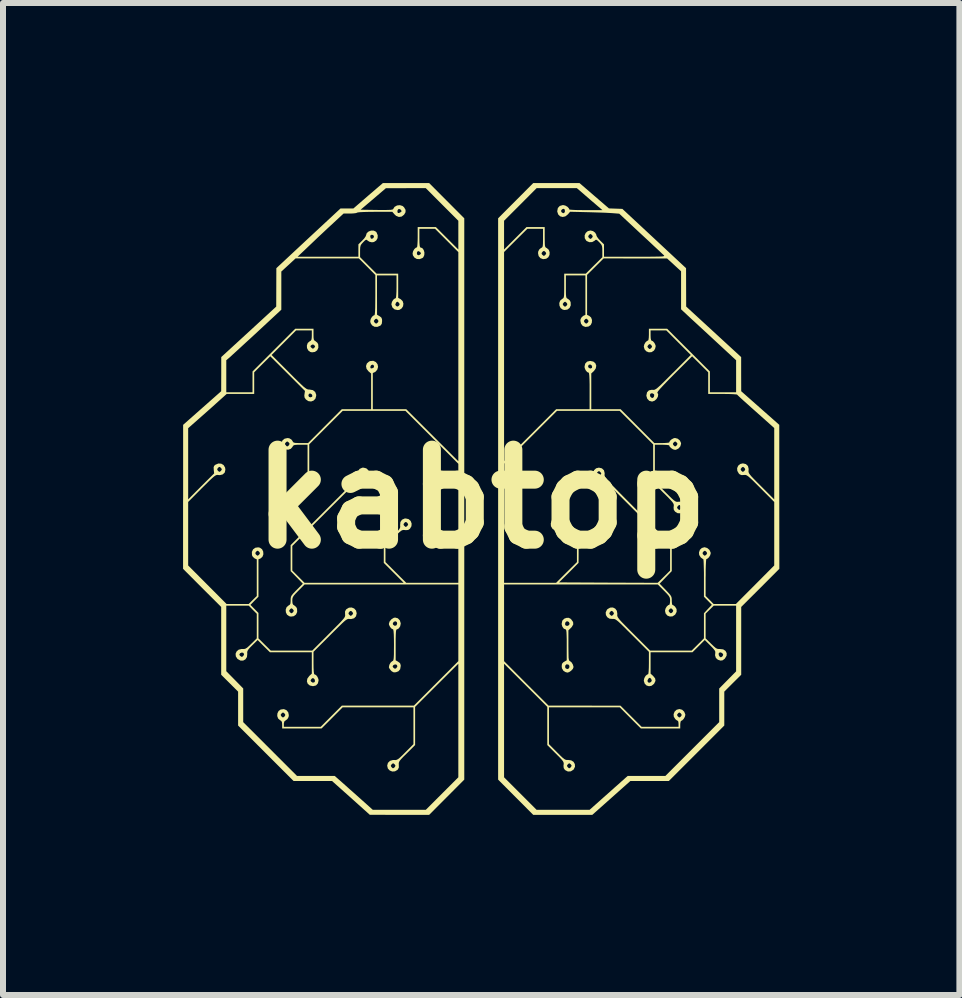
<source format=kicad_pcb>
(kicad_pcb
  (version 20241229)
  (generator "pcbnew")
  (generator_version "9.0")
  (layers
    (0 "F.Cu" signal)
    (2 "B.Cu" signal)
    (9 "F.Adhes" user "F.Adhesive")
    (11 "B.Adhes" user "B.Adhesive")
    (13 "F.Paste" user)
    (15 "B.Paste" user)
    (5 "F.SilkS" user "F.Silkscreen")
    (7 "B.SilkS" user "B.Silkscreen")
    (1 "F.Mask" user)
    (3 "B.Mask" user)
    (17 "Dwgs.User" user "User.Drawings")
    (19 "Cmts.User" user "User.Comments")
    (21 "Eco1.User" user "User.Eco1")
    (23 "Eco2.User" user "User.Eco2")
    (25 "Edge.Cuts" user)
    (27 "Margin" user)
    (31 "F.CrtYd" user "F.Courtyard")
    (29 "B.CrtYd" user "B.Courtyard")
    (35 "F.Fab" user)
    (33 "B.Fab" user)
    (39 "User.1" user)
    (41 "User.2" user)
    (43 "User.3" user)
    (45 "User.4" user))
  (footprint "kabtop"
    (layer "F.Cu")
    (at 4.967 5.263)
    (property "Reference" "kabtop" (at 0 0 0) (layer "F.SilkS") (effects (font (size 1.5 1.5) (thickness 0.3))))
    (attr board_only exclude_from_pos_files exclude_from_bom)
    (fp_poly (pts (xy 1.488 1.995) (xy 1.502 2.009) (xy 1.531 2.05) (xy 1.534 2.09) (xy 1.509 2.133) (xy 1.496 2.147) (xy 1.453 2.189) (xy 1.453 2.441) (xy 1.454 2.532) (xy 1.455 2.598) (xy 1.456 2.644) (xy 1.46 2.673) (xy 1.465 2.69) (xy 1.472 2.698) (xy 1.48 2.702) (xy 1.505 2.722) (xy 1.527 2.758) (xy 1.538 2.797) (xy 1.538 2.802) (xy 1.527 2.831) (xy 1.498 2.862) (xy 1.464 2.885) (xy 1.436 2.893) (xy 1.401 2.883) (xy 1.371 2.864) (xy 1.345 2.821) (xy 1.343 2.803) (xy 1.398 2.803) (xy 1.41 2.824) (xy 1.415 2.827) (xy 1.443 2.834) (xy 1.459 2.822) (xy 1.467 2.81) (xy 1.47 2.781) (xy 1.453 2.759) (xy 1.425 2.755) (xy 1.418 2.757) (xy 1.401 2.775) (xy 1.398 2.803) (xy 1.343 2.803) (xy 1.341 2.786) (xy 1.346 2.747) (xy 1.367 2.722) (xy 1.383 2.712) (xy 1.425 2.688) (xy 1.425 2.431) (xy 1.425 2.336) (xy 1.423 2.267) (xy 1.421 2.22) (xy 1.417 2.19) (xy 1.412 2.176) (xy 1.406 2.173) (xy 1.377 2.161) (xy 1.353 2.129) (xy 1.341 2.089) (xy 1.397 2.089) (xy 1.406 2.107) (xy 1.432 2.116) (xy 1.461 2.103) (xy 1.466 2.098) (xy 1.472 2.073) (xy 1.46 2.049) (xy 1.436 2.038) (xy 1.421 2.04) (xy 1.401 2.06) (xy 1.397 2.089) (xy 1.341 2.089) (xy 1.341 2.089) (xy 1.341 2.079) (xy 1.351 2.028) (xy 1.383 1.995) (xy 1.421 1.981) (xy 1.457 1.98)) (stroke (width 0) (type solid)) (fill yes) (layer "F.SilkS"))
    (fp_poly (pts (xy -1.389 1.988) (xy -1.356 2.022) (xy -1.341 2.069) (xy -1.341 2.079) (xy -1.35 2.122) (xy -1.373 2.156) (xy -1.403 2.173) (xy -1.409 2.173) (xy -1.415 2.182) (xy -1.42 2.21) (xy -1.423 2.259) (xy -1.425 2.332) (xy -1.425 2.431) (xy -1.425 2.688) (xy -1.383 2.712) (xy -1.352 2.736) (xy -1.341 2.769) (xy -1.341 2.784) (xy -1.35 2.837) (xy -1.379 2.871) (xy -1.421 2.887) (xy -1.457 2.889) (xy -1.488 2.873) (xy -1.502 2.86) (xy -1.526 2.83) (xy -1.538 2.805) (xy -1.538 2.802) (xy -1.535 2.788) (xy -1.476 2.788) (xy -1.468 2.805) (xy -1.46 2.814) (xy -1.437 2.829) (xy -1.417 2.821) (xy -1.4 2.797) (xy -1.397 2.785) (xy -1.408 2.763) (xy -1.433 2.756) (xy -1.46 2.766) (xy -1.463 2.769) (xy -1.476 2.788) (xy -1.535 2.788) (xy -1.53 2.763) (xy -1.509 2.726) (xy -1.483 2.703) (xy -1.48 2.702) (xy -1.47 2.697) (xy -1.464 2.687) (xy -1.459 2.667) (xy -1.456 2.634) (xy -1.454 2.584) (xy -1.454 2.513) (xy -1.453 2.433) (xy -1.454 2.335) (xy -1.456 2.258) (xy -1.46 2.205) (xy -1.465 2.177) (xy -1.468 2.173) (xy -1.493 2.161) (xy -1.518 2.133) (xy -1.535 2.098) (xy -1.538 2.081) (xy -1.538 2.08) (xy -1.474 2.08) (xy -1.465 2.098) (xy -1.439 2.114) (xy -1.413 2.106) (xy -1.4 2.08) (xy -1.406 2.051) (xy -1.427 2.038) (xy -1.453 2.045) (xy -1.463 2.055) (xy -1.474 2.08) (xy -1.538 2.08) (xy -1.526 2.041) (xy -1.495 2.004) (xy -1.456 1.98) (xy -1.433 1.976)) (stroke (width 0) (type solid)) (fill yes) (layer "F.SilkS"))
    (fp_poly (pts (xy -0.575 -4.97) (xy -0.282 -4.676) (xy -0.282 0) (xy -0.282 4.676) (xy -0.575 4.97) (xy -0.867 5.263) (xy -1.361 5.263) (xy -1.856 5.262) (xy -2.17 4.98) (xy -2.485 4.699) (xy -2.805 4.699) (xy -3.126 4.699) (xy -3.588 4.237) (xy -4.05 3.775) (xy -4.05 3.492) (xy -4.05 3.21) (xy -4.191 3.069) (xy -4.332 2.929) (xy -4.332 2.364) (xy -4.332 1.799) (xy -4.65 1.482) (xy -4.967 1.164) (xy -4.967 0.05) (xy -4.882 0.05) (xy -4.882 0.579) (xy -4.882 1.108) (xy -4.562 1.429) (xy -4.242 1.75) (xy -4.058 1.75) (xy -3.874 1.75) (xy -3.807 1.683) (xy -3.739 1.617) (xy -3.739 1.312) (xy -3.739 1.006) (xy -3.774 0.991) (xy -3.804 0.965) (xy -3.819 0.937) (xy -3.82 0.9) (xy -3.764 0.9) (xy -3.757 0.92) (xy -3.754 0.924) (xy -3.734 0.942) (xy -3.725 0.945) (xy -3.709 0.936) (xy -3.697 0.924) (xy -3.686 0.903) (xy -3.698 0.882) (xy -3.702 0.878) (xy -3.722 0.862) (xy -3.738 0.868) (xy -3.749 0.878) (xy -3.764 0.9) (xy -3.82 0.9) (xy -3.821 0.883) (xy -3.801 0.84) (xy -3.764 0.813) (xy -3.716 0.806) (xy -3.687 0.812) (xy -3.651 0.838) (xy -3.632 0.877) (xy -3.629 0.922) (xy -3.644 0.962) (xy -3.676 0.991) (xy -3.676 0.991) (xy -3.711 1.006) (xy -3.711 1.318) (xy -3.711 1.629) (xy -3.778 1.696) (xy -3.844 1.764) (xy -3.778 1.831) (xy -3.711 1.899) (xy -3.711 2.11) (xy -3.711 2.322) (xy -3.609 2.424) (xy -3.506 2.526) (xy -3.161 2.526) (xy -2.815 2.526) (xy -2.538 2.249) (xy -2.457 2.167) (xy -2.393 2.103) (xy -2.345 2.054) (xy -2.311 2.016) (xy -2.288 1.989) (xy -2.274 1.968) (xy -2.268 1.951) (xy -2.266 1.936) (xy -2.268 1.92) (xy -2.268 1.919) (xy -2.268 1.902) (xy -2.212 1.902) (xy -2.205 1.922) (xy -2.202 1.925) (xy -2.182 1.944) (xy -2.173 1.947) (xy -2.156 1.938) (xy -2.144 1.925) (xy -2.134 1.905) (xy -2.146 1.884) (xy -2.15 1.88) (xy -2.169 1.864) (xy -2.186 1.87) (xy -2.197 1.88) (xy -2.212 1.902) (xy -2.268 1.902) (xy -2.269 1.876) (xy -2.254 1.846) (xy -2.245 1.836) (xy -2.203 1.811) (xy -2.158 1.808) (xy -2.116 1.825) (xy -2.086 1.858) (xy -2.074 1.905) (xy -2.086 1.955) (xy -2.118 1.988) (xy -2.167 2.001) (xy -2.187 2) (xy -2.203 1.998) (xy -2.218 1.999) (xy -2.234 2.005) (xy -2.255 2.018) (xy -2.282 2.04) (xy -2.319 2.074) (xy -2.367 2.121) (xy -2.43 2.183) (xy -2.51 2.263) (xy -2.517 2.27) (xy -2.794 2.547) (xy -2.794 2.734) (xy -2.793 2.814) (xy -2.79 2.873) (xy -2.785 2.91) (xy -2.78 2.921) (xy -2.753 2.933) (xy -2.728 2.963) (xy -2.712 3.002) (xy -2.709 3.022) (xy -2.721 3.073) (xy -2.752 3.107) (xy -2.802 3.119) (xy -2.803 3.119) (xy -2.855 3.108) (xy -2.89 3.079) (xy -2.904 3.04) (xy -2.901 3.022) (xy -2.843 3.022) (xy -2.835 3.042) (xy -2.808 3.06) (xy -2.782 3.056) (xy -2.77 3.04) (xy -2.772 3.013) (xy -2.783 2.997) (xy -2.802 2.983) (xy -2.819 2.991) (xy -2.828 2.999) (xy -2.843 3.022) (xy -2.901 3.022) (xy -2.897 2.994) (xy -2.865 2.95) (xy -2.865 2.949) (xy -2.822 2.91) (xy -2.822 2.732) (xy -2.822 2.554) (xy -3.171 2.554) (xy -3.52 2.554) (xy -3.623 2.452) (xy -3.725 2.35) (xy -3.814 2.438) (xy -3.857 2.481) (xy -3.882 2.512) (xy -3.895 2.535) (xy -3.899 2.559) (xy -3.897 2.581) (xy -3.903 2.634) (xy -3.928 2.672) (xy -3.966 2.693) (xy -4.01 2.693) (xy -4.055 2.668) (xy -4.06 2.665) (xy -4.088 2.623) (xy -4.091 2.59) (xy -4.03 2.59) (xy -4.022 2.608) (xy -4.014 2.616) (xy -3.991 2.631) (xy -3.971 2.623) (xy -3.954 2.599) (xy -3.951 2.587) (xy -3.962 2.565) (xy -3.987 2.558) (xy -4.014 2.569) (xy -4.017 2.571) (xy -4.03 2.59) (xy -4.091 2.59) (xy -4.092 2.579) (xy -4.075 2.54) (xy -4.041 2.511) (xy -3.992 2.499) (xy -3.978 2.5) (xy -3.95 2.5) (xy -3.927 2.494) (xy -3.901 2.478) (xy -3.867 2.448) (xy -3.831 2.413) (xy -3.739 2.322) (xy -3.739 2.118) (xy -3.739 1.913) (xy -3.806 1.846) (xy -3.872 1.778) (xy -4.06 1.778) (xy -4.247 1.778) (xy -4.247 2.324) (xy -4.247 2.87) (xy -4.106 3.013) (xy -3.965 3.157) (xy -3.965 3.437) (xy -3.965 3.718) (xy -3.517 4.166) (xy -3.069 4.614) (xy -2.755 4.614) (xy -2.441 4.614) (xy -2.317 4.723) (xy -2.264 4.77) (xy -2.196 4.831) (xy -2.121 4.897) (xy -2.045 4.965) (xy -2 5.005) (xy -1.806 5.179) (xy -1.364 5.179) (xy -0.923 5.179) (xy -0.652 4.908) (xy -0.381 4.637) (xy -0.381 3.691) (xy -0.381 2.745) (xy -0.741 3.104) (xy -1.101 3.464) (xy -1.101 3.782) (xy -1.101 4.1) (xy -1.24 4.239) (xy -1.296 4.294) (xy -1.334 4.334) (xy -1.358 4.363) (xy -1.37 4.385) (xy -1.374 4.404) (xy -1.373 4.425) (xy -1.373 4.431) (xy -1.372 4.474) (xy -1.387 4.504) (xy -1.395 4.514) (xy -1.437 4.538) (xy -1.482 4.541) (xy -1.524 4.524) (xy -1.555 4.491) (xy -1.566 4.445) (xy -1.566 4.442) (xy -1.506 4.442) (xy -1.499 4.462) (xy -1.496 4.465) (xy -1.477 4.484) (xy -1.468 4.487) (xy -1.451 4.478) (xy -1.439 4.465) (xy -1.428 4.445) (xy -1.44 4.424) (xy -1.444 4.42) (xy -1.464 4.404) (xy -1.48 4.41) (xy -1.491 4.42) (xy -1.506 4.442) (xy -1.566 4.442) (xy -1.554 4.397) (xy -1.521 4.364) (xy -1.471 4.349) (xy -1.449 4.349) (xy -1.426 4.35) (xy -1.406 4.345) (xy -1.384 4.333) (xy -1.355 4.31) (xy -1.316 4.273) (xy -1.262 4.219) (xy -1.129 4.085) (xy -1.129 3.778) (xy -1.129 3.471) (xy -1.718 3.471) (xy -2.308 3.471) (xy -2.484 3.648) (xy -2.66 3.824) (xy -2.988 3.824) (xy -3.316 3.824) (xy -3.316 3.763) (xy -3.319 3.722) (xy -3.33 3.699) (xy -3.351 3.686) (xy -3.383 3.658) (xy -3.398 3.617) (xy -3.397 3.595) (xy -3.341 3.595) (xy -3.334 3.615) (xy -3.331 3.619) (xy -3.311 3.637) (xy -3.302 3.641) (xy -3.285 3.631) (xy -3.273 3.619) (xy -3.263 3.598) (xy -3.275 3.577) (xy -3.279 3.573) (xy -3.298 3.558) (xy -3.315 3.563) (xy -3.325 3.573) (xy -3.341 3.595) (xy -3.397 3.595) (xy -3.395 3.572) (xy -3.376 3.533) (xy -3.341 3.508) (xy -3.341 3.508) (xy -3.288 3.501) (xy -3.245 3.518) (xy -3.215 3.554) (xy -3.205 3.602) (xy -3.209 3.632) (xy -3.228 3.666) (xy -3.253 3.686) (xy -3.279 3.705) (xy -3.288 3.738) (xy -3.288 3.749) (xy -3.288 3.796) (xy -2.981 3.796) (xy -2.674 3.796) (xy -2.498 3.619) (xy -2.322 3.443) (xy -1.722 3.443) (xy -1.122 3.443) (xy -0.752 3.073) (xy -0.381 2.702) (xy -0.381 2.064) (xy -0.381 1.425) (xy -1.662 1.425) (xy -2.943 1.425) (xy -3.045 1.528) (xy -3.091 1.575) (xy -3.121 1.609) (xy -3.137 1.635) (xy -3.145 1.659) (xy -3.147 1.688) (xy -3.147 1.695) (xy -3.144 1.737) (xy -3.134 1.76) (xy -3.113 1.775) (xy -3.112 1.775) (xy -3.082 1.801) (xy -3.068 1.829) (xy -3.066 1.883) (xy -3.086 1.926) (xy -3.122 1.953) (xy -3.171 1.96) (xy -3.199 1.953) (xy -3.235 1.928) (xy -3.254 1.889) (xy -3.256 1.86) (xy -3.2 1.86) (xy -3.193 1.879) (xy -3.19 1.883) (xy -3.17 1.901) (xy -3.161 1.905) (xy -3.144 1.895) (xy -3.132 1.883) (xy -3.122 1.862) (xy -3.134 1.842) (xy -3.137 1.838) (xy -3.157 1.822) (xy -3.174 1.828) (xy -3.184 1.838) (xy -3.2 1.86) (xy -3.256 1.86) (xy -3.257 1.844) (xy -3.242 1.803) (xy -3.21 1.775) (xy -3.21 1.775) (xy -3.189 1.762) (xy -3.178 1.741) (xy -3.175 1.704) (xy -3.175 1.688) (xy -3.174 1.655) (xy -3.169 1.629) (xy -3.156 1.604) (xy -3.132 1.575) (xy -3.093 1.534) (xy -3.073 1.514) (xy -2.972 1.412) (xy -3.073 1.307) (xy -3.175 1.202) (xy -3.175 0.986) (xy -3.175 0.769) (xy -2.612 0.206) (xy -2.049 -0.357) (xy -2.056 -0.409) (xy -2.055 -0.426) (xy -2 -0.426) (xy -1.993 -0.407) (xy -1.99 -0.403) (xy -1.971 -0.385) (xy -1.961 -0.381) (xy -1.945 -0.391) (xy -1.933 -0.403) (xy -1.922 -0.424) (xy -1.934 -0.444) (xy -1.938 -0.448) (xy -1.958 -0.464) (xy -1.974 -0.458) (xy -1.985 -0.448) (xy -2 -0.426) (xy -2.055 -0.426) (xy -2.052 -0.462) (xy -2.026 -0.501) (xy -1.981 -0.521) (xy -1.961 -0.522) (xy -1.914 -0.51) (xy -1.881 -0.48) (xy -1.864 -0.438) (xy -1.867 -0.393) (xy -1.893 -0.351) (xy -1.922 -0.331) (xy -1.96 -0.327) (xy -1.975 -0.328) (xy -2.028 -0.335) (xy -2.588 0.224) (xy -3.147 0.783) (xy -3.147 0.988) (xy -3.147 1.192) (xy -3.045 1.294) (xy -2.943 1.397) (xy -2.117 1.397) (xy -1.292 1.397) (xy -1.457 1.231) (xy -1.623 1.065) (xy -1.623 0.917) (xy -1.623 0.769) (xy -1.483 0.63) (xy -1.428 0.574) (xy -1.39 0.534) (xy -1.366 0.505) (xy -1.353 0.483) (xy -1.349 0.464) (xy -1.35 0.444) (xy -1.351 0.437) (xy -1.349 0.42) (xy -1.295 0.42) (xy -1.288 0.44) (xy -1.285 0.444) (xy -1.265 0.462) (xy -1.256 0.466) (xy -1.239 0.456) (xy -1.227 0.444) (xy -1.217 0.423) (xy -1.229 0.402) (xy -1.232 0.398) (xy -1.252 0.383) (xy -1.269 0.388) (xy -1.279 0.398) (xy -1.295 0.42) (xy -1.349 0.42) (xy -1.346 0.384) (xy -1.32 0.346) (xy -1.276 0.326) (xy -1.256 0.325) (xy -1.209 0.336) (xy -1.175 0.367) (xy -1.159 0.409) (xy -1.162 0.454) (xy -1.187 0.496) (xy -1.216 0.516) (xy -1.254 0.52) (xy -1.27 0.518) (xy -1.292 0.516) (xy -1.311 0.519) (xy -1.332 0.529) (xy -1.359 0.55) (xy -1.396 0.585) (xy -1.448 0.637) (xy -1.459 0.647) (xy -1.595 0.784) (xy -1.595 0.917) (xy -1.595 1.051) (xy -1.422 1.224) (xy -1.249 1.397) (xy -0.815 1.397) (xy -0.381 1.397) (xy -0.381 0.406) (xy -0.381 -0.586) (xy -0.822 -1.027) (xy -1.263 -1.468) (xy -1.785 -1.468) (xy -2.307 -1.468) (xy -2.586 -1.189) (xy -2.865 -0.91) (xy -2.865 -0.593) (xy -2.865 -0.275) (xy -3.039 -0.1) (xy -3.102 -0.037) (xy -3.148 0.009) (xy -3.179 0.043) (xy -3.197 0.068) (xy -3.207 0.088) (xy -3.209 0.106) (xy -3.207 0.125) (xy -3.207 0.127) (xy -3.211 0.18) (xy -3.238 0.219) (xy -3.282 0.238) (xy -3.302 0.24) (xy -3.349 0.228) (xy -3.382 0.198) (xy -3.399 0.156) (xy -3.398 0.138) (xy -3.341 0.138) (xy -3.334 0.158) (xy -3.331 0.162) (xy -3.311 0.18) (xy -3.302 0.183) (xy -3.285 0.174) (xy -3.273 0.162) (xy -3.263 0.141) (xy -3.275 0.12) (xy -3.279 0.116) (xy -3.298 0.1) (xy -3.315 0.106) (xy -3.325 0.116) (xy -3.341 0.138) (xy -3.398 0.138) (xy -3.396 0.11) (xy -3.371 0.069) (xy -3.341 0.048) (xy -3.304 0.044) (xy -3.288 0.046) (xy -3.268 0.048) (xy -3.25 0.046) (xy -3.231 0.037) (xy -3.206 0.019) (xy -3.173 -0.011) (xy -3.127 -0.055) (xy -3.065 -0.117) (xy -3.064 -0.118) (xy -2.893 -0.29) (xy -2.893 -0.596) (xy -2.893 -0.903) (xy -3.01 -0.903) (xy -3.068 -0.903) (xy -3.105 -0.9) (xy -3.125 -0.893) (xy -3.137 -0.881) (xy -3.144 -0.868) (xy -3.172 -0.836) (xy -3.213 -0.821) (xy -3.257 -0.824) (xy -3.297 -0.843) (xy -3.322 -0.879) (xy -3.322 -0.879) (xy -3.327 -0.92) (xy -3.27 -0.92) (xy -3.263 -0.9) (xy -3.26 -0.897) (xy -3.241 -0.879) (xy -3.231 -0.875) (xy -3.215 -0.884) (xy -3.203 -0.897) (xy -3.192 -0.918) (xy -3.204 -0.938) (xy -3.208 -0.942) (xy -3.228 -0.958) (xy -3.244 -0.952) (xy -3.255 -0.942) (xy -3.27 -0.92) (xy -3.327 -0.92) (xy -3.328 -0.931) (xy -3.311 -0.975) (xy -3.276 -1.004) (xy -3.227 -1.015) (xy -3.198 -1.011) (xy -3.163 -0.991) (xy -3.144 -0.966) (xy -3.135 -0.949) (xy -3.121 -0.939) (xy -3.097 -0.934) (xy -3.056 -0.932) (xy -3.007 -0.931) (xy -2.885 -0.931) (xy -2.603 -1.214) (xy -2.322 -1.496) (xy -2.078 -1.496) (xy -1.834 -1.496) (xy -1.834 -1.793) (xy -1.834 -2.09) (xy -1.877 -2.126) (xy -1.91 -2.168) (xy -1.917 -2.204) (xy -1.846 -2.204) (xy -1.845 -2.18) (xy -1.827 -2.175) (xy -1.818 -2.176) (xy -1.791 -2.189) (xy -1.785 -2.208) (xy -1.794 -2.232) (xy -1.814 -2.238) (xy -1.835 -2.227) (xy -1.846 -2.204) (xy -1.917 -2.204) (xy -1.919 -2.214) (xy -1.905 -2.257) (xy -1.869 -2.289) (xy -1.851 -2.297) (xy -1.799 -2.302) (xy -1.755 -2.281) (xy -1.727 -2.245) (xy -1.718 -2.201) (xy -1.731 -2.155) (xy -1.761 -2.12) (xy -1.773 -2.113) (xy -1.806 -2.098) (xy -1.806 -1.797) (xy -1.806 -1.496) (xy -1.528 -1.496) (xy -1.249 -1.496) (xy -0.815 -1.062) (xy -0.381 -0.628) (xy -0.381 -2.371) (xy -0.381 -4.113) (xy -0.575 -4.307) (xy -0.769 -4.501) (xy -0.899 -4.501) (xy -1.03 -4.501) (xy -1.03 -4.346) (xy -1.029 -4.271) (xy -1.025 -4.221) (xy -1.019 -4.196) (xy -1.014 -4.191) (xy -0.981 -4.179) (xy -0.958 -4.148) (xy -0.946 -4.107) (xy -0.948 -4.064) (xy -0.964 -4.028) (xy -0.977 -4.015) (xy -1.025 -3.996) (xy -1.072 -3.998) (xy -1.112 -4.021) (xy -1.138 -4.059) (xy -1.143 -4.092) (xy -1.143 -4.093) (xy -1.072 -4.093) (xy -1.063 -4.066) (xy -1.04 -4.06) (xy -1.017 -4.073) (xy -1.003 -4.091) (xy -1.012 -4.108) (xy -1.019 -4.115) (xy -1.046 -4.13) (xy -1.066 -4.119) (xy -1.072 -4.093) (xy -1.143 -4.093) (xy -1.134 -4.129) (xy -1.113 -4.164) (xy -1.087 -4.187) (xy -1.072 -4.191) (xy -1.066 -4.205) (xy -1.062 -4.243) (xy -1.059 -4.303) (xy -1.058 -4.36) (xy -1.058 -4.53) (xy -0.907 -4.53) (xy -0.755 -4.53) (xy -0.568 -4.343) (xy -0.381 -4.156) (xy -0.381 -4.396) (xy -0.381 -4.635) (xy -0.653 -4.907) (xy -0.924 -5.179) (xy -1.256 -5.178) (xy -1.587 -5.178) (xy -1.798 -4.998) (xy -2.009 -4.819) (xy -1.742 -4.815) (xy -1.639 -4.814) (xy -1.563 -4.815) (xy -1.51 -4.817) (xy -1.48 -4.822) (xy -1.469 -4.827) (xy -1.443 -4.867) (xy -1.402 -4.89) (xy -1.354 -4.895) (xy -1.309 -4.881) (xy -1.285 -4.859) (xy -1.26 -4.816) (xy -1.261 -4.777) (xy -1.285 -4.736) (xy -1.325 -4.705) (xy -1.371 -4.698) (xy -1.418 -4.717) (xy -1.444 -4.741) (xy -1.48 -4.783) (xy -1.396 -4.783) (xy -1.388 -4.765) (xy -1.371 -4.764) (xy -1.346 -4.775) (xy -1.328 -4.79) (xy -1.326 -4.795) (xy -1.338 -4.818) (xy -1.363 -4.831) (xy -1.378 -4.83) (xy -1.393 -4.812) (xy -1.396 -4.783) (xy -1.48 -4.783) (xy -1.48 -4.784) (xy -1.769 -4.784) (xy -1.871 -4.783) (xy -1.954 -4.781) (xy -2.017 -4.778) (xy -2.055 -4.774) (xy -2.067 -4.77) (xy -2.085 -4.763) (xy -2.123 -4.758) (xy -2.174 -4.755) (xy -2.185 -4.755) (xy -2.293 -4.755) (xy -2.455 -4.605) (xy -2.509 -4.555) (xy -2.559 -4.509) (xy -2.608 -4.463) (xy -2.659 -4.415) (xy -2.717 -4.361) (xy -2.784 -4.297) (xy -2.865 -4.22) (xy -2.951 -4.138) (xy -3.059 -4.036) (xy -2.553 -4.036) (xy -2.046 -4.036) (xy -2.046 -4.139) (xy -2.046 -4.242) (xy -1.983 -4.304) (xy -1.949 -4.34) (xy -1.926 -4.373) (xy -1.925 -4.377) (xy -1.849 -4.377) (xy -1.841 -4.344) (xy -1.822 -4.333) (xy -1.796 -4.348) (xy -1.786 -4.373) (xy -1.798 -4.395) (xy -1.822 -4.403) (xy -1.845 -4.392) (xy -1.849 -4.377) (xy -1.925 -4.377) (xy -1.919 -4.391) (xy -1.907 -4.429) (xy -1.876 -4.456) (xy -1.835 -4.471) (xy -1.791 -4.471) (xy -1.755 -4.454) (xy -1.744 -4.442) (xy -1.724 -4.394) (xy -1.726 -4.346) (xy -1.749 -4.306) (xy -1.787 -4.281) (xy -1.82 -4.276) (xy -1.861 -4.285) (xy -1.889 -4.302) (xy -1.906 -4.317) (xy -1.92 -4.318) (xy -1.94 -4.304) (xy -1.967 -4.277) (xy -1.994 -4.248) (xy -2.009 -4.222) (xy -2.016 -4.191) (xy -2.018 -4.145) (xy -2.018 -4.127) (xy -2.018 -4.029) (xy -1.881 -3.891) (xy -1.743 -3.754) (xy -1.563 -3.754) (xy -1.383 -3.754) (xy -1.383 -3.552) (xy -1.383 -3.351) (xy -1.34 -3.327) (xy -1.308 -3.295) (xy -1.296 -3.254) (xy -1.302 -3.211) (xy -1.325 -3.175) (xy -1.362 -3.151) (xy -1.391 -3.147) (xy -1.443 -3.158) (xy -1.479 -3.19) (xy -1.495 -3.237) (xy -1.496 -3.241) (xy -1.431 -3.241) (xy -1.423 -3.222) (xy -1.401 -3.205) (xy -1.379 -3.213) (xy -1.368 -3.225) (xy -1.358 -3.246) (xy -1.37 -3.266) (xy -1.374 -3.271) (xy -1.394 -3.287) (xy -1.409 -3.281) (xy -1.419 -3.268) (xy -1.431 -3.241) (xy -1.496 -3.241) (xy -1.496 -3.246) (xy -1.487 -3.283) (xy -1.466 -3.318) (xy -1.439 -3.34) (xy -1.425 -3.344) (xy -1.419 -3.358) (xy -1.415 -3.397) (xy -1.412 -3.459) (xy -1.411 -3.535) (xy -1.411 -3.725) (xy -1.573 -3.725) (xy -1.736 -3.725) (xy -1.736 -3.397) (xy -1.735 -3.069) (xy -1.693 -3.045) (xy -1.665 -3.024) (xy -1.653 -2.997) (xy -1.651 -2.965) (xy -1.656 -2.92) (xy -1.675 -2.892) (xy -1.682 -2.887) (xy -1.73 -2.867) (xy -1.778 -2.869) (xy -1.818 -2.892) (xy -1.843 -2.93) (xy -1.849 -2.963) (xy -1.848 -2.966) (xy -1.789 -2.966) (xy -1.782 -2.947) (xy -1.779 -2.943) (xy -1.759 -2.925) (xy -1.75 -2.921) (xy -1.733 -2.931) (xy -1.721 -2.943) (xy -1.711 -2.964) (xy -1.722 -2.984) (xy -1.726 -2.988) (xy -1.746 -3.004) (xy -1.762 -2.998) (xy -1.773 -2.988) (xy -1.789 -2.966) (xy -1.848 -2.966) (xy -1.84 -3) (xy -1.819 -3.035) (xy -1.792 -3.058) (xy -1.778 -3.062) (xy -1.773 -3.076) (xy -1.769 -3.117) (xy -1.766 -3.183) (xy -1.765 -3.274) (xy -1.764 -3.388) (xy -1.764 -3.397) (xy -1.764 -3.732) (xy -1.901 -3.87) (xy -2.039 -4.008) (xy -2.565 -4.008) (xy -3.092 -4.008) (xy -3.211 -3.898) (xy -3.33 -3.789) (xy -3.33 -3.471) (xy -3.33 -3.153) (xy -3.748 -2.765) (xy -3.841 -2.679) (xy -3.929 -2.599) (xy -4.009 -2.525) (xy -4.079 -2.461) (xy -4.136 -2.409) (xy -4.178 -2.37) (xy -4.203 -2.348) (xy -4.207 -2.345) (xy -4.247 -2.312) (xy -4.247 -2.045) (xy -4.247 -1.778) (xy -4.029 -1.778) (xy -3.81 -1.778) (xy -3.81 -1.951) (xy -3.81 -2.124) (xy -3.454 -2.48) (xy -3.098 -2.836) (xy -2.946 -2.836) (xy -2.794 -2.836) (xy -2.794 -2.74) (xy -2.793 -2.688) (xy -2.789 -2.657) (xy -2.779 -2.64) (xy -2.762 -2.629) (xy -2.759 -2.627) (xy -2.729 -2.602) (xy -2.715 -2.574) (xy -2.713 -2.52) (xy -2.733 -2.477) (xy -2.77 -2.45) (xy -2.818 -2.443) (xy -2.847 -2.449) (xy -2.882 -2.475) (xy -2.902 -2.514) (xy -2.904 -2.548) (xy -2.845 -2.548) (xy -2.841 -2.534) (xy -2.829 -2.52) (xy -2.808 -2.504) (xy -2.792 -2.509) (xy -2.782 -2.518) (xy -2.767 -2.538) (xy -2.775 -2.555) (xy -2.781 -2.561) (xy -2.802 -2.575) (xy -2.824 -2.567) (xy -2.828 -2.564) (xy -2.845 -2.548) (xy -2.904 -2.548) (xy -2.904 -2.558) (xy -2.89 -2.599) (xy -2.857 -2.627) (xy -2.857 -2.627) (xy -2.837 -2.639) (xy -2.827 -2.658) (xy -2.823 -2.691) (xy -2.822 -2.726) (xy -2.822 -2.808) (xy -2.953 -2.808) (xy -3.084 -2.808) (xy -3.288 -2.603) (xy -3.492 -2.399) (xy -3.204 -2.111) (xy -3.121 -2.027) (xy -3.054 -1.961) (xy -3.003 -1.912) (xy -2.964 -1.875) (xy -2.934 -1.851) (xy -2.911 -1.835) (xy -2.893 -1.827) (xy -2.877 -1.823) (xy -2.861 -1.823) (xy -2.804 -1.813) (xy -2.766 -1.783) (xy -2.749 -1.737) (xy -2.749 -1.719) (xy -2.762 -1.671) (xy -2.793 -1.639) (xy -2.834 -1.624) (xy -2.88 -1.63) (xy -2.92 -1.657) (xy -2.942 -1.688) (xy -2.947 -1.721) (xy -2.879 -1.721) (xy -2.868 -1.7) (xy -2.844 -1.693) (xy -2.82 -1.702) (xy -2.814 -1.709) (xy -2.815 -1.73) (xy -2.826 -1.746) (xy -2.852 -1.759) (xy -2.872 -1.748) (xy -2.879 -1.721) (xy -2.947 -1.721) (xy -2.947 -1.721) (xy -2.944 -1.746) (xy -2.936 -1.8) (xy -3.225 -2.089) (xy -3.514 -2.377) (xy -3.648 -2.244) (xy -3.782 -2.11) (xy -3.782 -1.93) (xy -3.782 -1.75) (xy -4.011 -1.75) (xy -4.24 -1.75) (xy -4.425 -1.584) (xy -4.498 -1.518) (xy -4.577 -1.448) (xy -4.654 -1.38) (xy -4.721 -1.321) (xy -4.746 -1.299) (xy -4.882 -1.179) (xy -4.882 -0.586) (xy -4.882 0.007) (xy -4.666 -0.21) (xy -4.449 -0.426) (xy -4.456 -0.486) (xy -4.456 -0.497) (xy -4.399 -0.497) (xy -4.392 -0.477) (xy -4.389 -0.473) (xy -4.369 -0.455) (xy -4.36 -0.452) (xy -4.344 -0.461) (xy -4.332 -0.473) (xy -4.321 -0.494) (xy -4.333 -0.515) (xy -4.337 -0.519) (xy -4.357 -0.535) (xy -4.373 -0.529) (xy -4.384 -0.519) (xy -4.399 -0.497) (xy -4.456 -0.497) (xy -4.458 -0.527) (xy -4.449 -0.552) (xy -4.429 -0.57) (xy -4.379 -0.591) (xy -4.331 -0.588) (xy -4.292 -0.565) (xy -4.267 -0.523) (xy -4.262 -0.487) (xy -4.273 -0.44) (xy -4.306 -0.409) (xy -4.354 -0.397) (xy -4.38 -0.399) (xy -4.396 -0.401) (xy -4.411 -0.398) (xy -4.429 -0.39) (xy -4.453 -0.373) (xy -4.485 -0.345) (xy -4.529 -0.304) (xy -4.586 -0.247) (xy -4.655 -0.179) (xy -4.882 0.05) (xy -4.967 0.05) (xy -4.966 -0.035) (xy -4.966 -1.235) (xy -4.649 -1.515) (xy -4.332 -1.795) (xy -4.331 -2.079) (xy -4.331 -2.364) (xy -3.873 -2.784) (xy -3.415 -3.205) (xy -3.414 -3.525) (xy -3.413 -3.845) (xy -2.879 -4.343) (xy -2.344 -4.84) (xy -2.237 -4.84) (xy -2.129 -4.84) (xy -1.884 -5.052) (xy -1.638 -5.263) (xy -1.253 -5.263) (xy -0.867 -5.263)) (stroke (width 0) (type solid)) (fill yes) (layer "F.SilkS"))
    (fp_poly (pts (xy 1.883 -5.052) (xy 2.128 -4.841) (xy 2.24 -4.837) (xy 2.352 -4.833) (xy 2.883 -4.339) (xy 3.413 -3.845) (xy 3.414 -3.526) (xy 3.415 -3.206) (xy 3.873 -2.785) (xy 4.331 -2.364) (xy 4.331 -2.079) (xy 4.332 -1.795) (xy 4.649 -1.515) (xy 4.966 -1.235) (xy 4.966 -0.035) (xy 4.967 1.164) (xy 4.65 1.482) (xy 4.332 1.799) (xy 4.332 2.364) (xy 4.332 2.929) (xy 4.191 3.069) (xy 4.05 3.21) (xy 4.05 3.492) (xy 4.05 3.775) (xy 3.588 4.237) (xy 3.126 4.699) (xy 2.805 4.699) (xy 2.485 4.699) (xy 2.168 4.981) (xy 1.851 5.263) (xy 1.359 5.263) (xy 0.867 5.263) (xy 0.575 4.97) (xy 0.282 4.676) (xy 0.282 4.637) (xy 0.381 4.637) (xy 0.652 4.908) (xy 0.923 5.179) (xy 1.364 5.179) (xy 1.806 5.179) (xy 2.071 4.943) (xy 2.147 4.876) (xy 2.218 4.812) (xy 2.283 4.755) (xy 2.335 4.708) (xy 2.373 4.675) (xy 2.388 4.661) (xy 2.441 4.614) (xy 2.755 4.614) (xy 3.069 4.614) (xy 3.517 4.166) (xy 3.965 3.718) (xy 3.965 3.438) (xy 3.965 3.158) (xy 4.106 3.015) (xy 4.247 2.872) (xy 4.247 2.325) (xy 4.247 1.778) (xy 4.061 1.778) (xy 3.874 1.778) (xy 3.807 1.844) (xy 3.739 1.911) (xy 3.739 2.117) (xy 3.739 2.322) (xy 3.831 2.413) (xy 3.876 2.456) (xy 3.907 2.483) (xy 3.932 2.496) (xy 3.956 2.5) (xy 3.978 2.5) (xy 4.032 2.506) (xy 4.07 2.531) (xy 4.09 2.569) (xy 4.088 2.612) (xy 4.061 2.657) (xy 4.058 2.661) (xy 4.023 2.688) (xy 3.988 2.693) (xy 3.944 2.679) (xy 3.91 2.649) (xy 3.896 2.604) (xy 3.899 2.575) (xy 3.956 2.575) (xy 3.958 2.601) (xy 3.973 2.627) (xy 3.993 2.639) (xy 3.993 2.639) (xy 4.01 2.629) (xy 4.022 2.618) (xy 4.032 2.595) (xy 4.022 2.575) (xy 3.994 2.556) (xy 3.969 2.559) (xy 3.956 2.575) (xy 3.899 2.575) (xy 3.9 2.564) (xy 3.9 2.544) (xy 3.889 2.521) (xy 3.863 2.489) (xy 3.819 2.443) (xy 3.817 2.441) (xy 3.725 2.35) (xy 3.623 2.452) (xy 3.52 2.554) (xy 3.171 2.554) (xy 2.822 2.554) (xy 2.822 2.732) (xy 2.822 2.91) (xy 2.865 2.949) (xy 2.898 2.99) (xy 2.904 3.03) (xy 2.884 3.072) (xy 2.878 3.081) (xy 2.839 3.112) (xy 2.796 3.12) (xy 2.755 3.108) (xy 2.724 3.077) (xy 2.71 3.032) (xy 2.709 3.025) (xy 2.71 3.021) (xy 2.771 3.021) (xy 2.774 3.047) (xy 2.793 3.062) (xy 2.799 3.062) (xy 2.825 3.052) (xy 2.834 3.043) (xy 2.842 3.021) (xy 2.83 2.997) (xy 2.813 2.979) (xy 2.797 2.983) (xy 2.786 2.994) (xy 2.771 3.021) (xy 2.71 3.021) (xy 2.718 2.984) (xy 2.739 2.948) (xy 2.765 2.925) (xy 2.78 2.921) (xy 2.786 2.907) (xy 2.79 2.868) (xy 2.793 2.807) (xy 2.794 2.734) (xy 2.794 2.547) (xy 2.517 2.27) (xy 2.435 2.189) (xy 2.371 2.125) (xy 2.322 2.077) (xy 2.284 2.042) (xy 2.256 2.02) (xy 2.235 2.006) (xy 2.219 2) (xy 2.204 1.998) (xy 2.189 1.999) (xy 2.139 1.995) (xy 2.101 1.971) (xy 2.078 1.934) (xy 2.075 1.902) (xy 2.134 1.902) (xy 2.141 1.922) (xy 2.144 1.925) (xy 2.164 1.944) (xy 2.173 1.947) (xy 2.19 1.938) (xy 2.202 1.925) (xy 2.212 1.905) (xy 2.2 1.884) (xy 2.197 1.88) (xy 2.177 1.864) (xy 2.16 1.87) (xy 2.15 1.88) (xy 2.134 1.902) (xy 2.075 1.902) (xy 2.074 1.891) (xy 2.093 1.849) (xy 2.105 1.835) (xy 2.149 1.81) (xy 2.194 1.808) (xy 2.233 1.827) (xy 2.26 1.863) (xy 2.268 1.912) (xy 2.268 1.921) (xy 2.266 1.936) (xy 2.268 1.951) (xy 2.275 1.968) (xy 2.289 1.989) (xy 2.312 2.018) (xy 2.347 2.056) (xy 2.396 2.106) (xy 2.46 2.171) (xy 2.538 2.249) (xy 2.815 2.526) (xy 3.161 2.526) (xy 3.506 2.526) (xy 3.609 2.424) (xy 3.711 2.322) (xy 3.711 2.113) (xy 3.711 1.904) (xy 3.777 1.833) (xy 3.843 1.763) (xy 3.777 1.696) (xy 3.711 1.629) (xy 3.711 1.315) (xy 3.711 1.225) (xy 3.709 1.144) (xy 3.707 1.078) (xy 3.705 1.031) (xy 3.701 1.005) (xy 3.7 1.002) (xy 3.682 0.993) (xy 3.657 0.973) (xy 3.632 0.933) (xy 3.629 0.9) (xy 3.687 0.9) (xy 3.694 0.92) (xy 3.697 0.924) (xy 3.716 0.942) (xy 3.725 0.945) (xy 3.742 0.936) (xy 3.754 0.924) (xy 3.764 0.903) (xy 3.753 0.882) (xy 3.749 0.878) (xy 3.729 0.862) (xy 3.713 0.868) (xy 3.702 0.878) (xy 3.687 0.9) (xy 3.629 0.9) (xy 3.629 0.889) (xy 3.644 0.847) (xy 3.675 0.817) (xy 3.72 0.804) (xy 3.721 0.804) (xy 3.765 0.817) (xy 3.802 0.848) (xy 3.822 0.89) (xy 3.824 0.905) (xy 3.815 0.938) (xy 3.794 0.972) (xy 3.767 0.996) (xy 3.751 1.002) (xy 3.748 1.015) (xy 3.745 1.053) (xy 3.742 1.111) (xy 3.74 1.184) (xy 3.74 1.27) (xy 3.739 1.308) (xy 3.739 1.615) (xy 3.806 1.682) (xy 3.872 1.75) (xy 4.058 1.75) (xy 4.243 1.75) (xy 4.563 1.429) (xy 4.882 1.108) (xy 4.882 0.579) (xy 4.882 0.05) (xy 4.655 -0.178) (xy 4.582 -0.251) (xy 4.526 -0.307) (xy 4.483 -0.347) (xy 4.452 -0.374) (xy 4.429 -0.39) (xy 4.411 -0.399) (xy 4.395 -0.401) (xy 4.378 -0.399) (xy 4.375 -0.399) (xy 4.334 -0.398) (xy 4.304 -0.412) (xy 4.292 -0.424) (xy 4.267 -0.468) (xy 4.265 -0.497) (xy 4.322 -0.497) (xy 4.329 -0.477) (xy 4.332 -0.473) (xy 4.351 -0.455) (xy 4.36 -0.452) (xy 4.377 -0.461) (xy 4.389 -0.473) (xy 4.399 -0.494) (xy 4.388 -0.515) (xy 4.384 -0.519) (xy 4.364 -0.535) (xy 4.348 -0.529) (xy 4.337 -0.519) (xy 4.322 -0.497) (xy 4.265 -0.497) (xy 4.264 -0.514) (xy 4.282 -0.555) (xy 4.317 -0.583) (xy 4.36 -0.593) (xy 4.41 -0.581) (xy 4.444 -0.549) (xy 4.456 -0.5) (xy 4.455 -0.48) (xy 4.453 -0.462) (xy 4.455 -0.446) (xy 4.462 -0.428) (xy 4.478 -0.405) (xy 4.503 -0.375) (xy 4.542 -0.334) (xy 4.596 -0.279) (xy 4.665 -0.21) (xy 4.882 0.007) (xy 4.882 -0.588) (xy 4.882 -1.182) (xy 4.576 -1.455) (xy 4.497 -1.525) (xy 4.426 -1.589) (xy 4.364 -1.644) (xy 4.315 -1.689) (xy 4.281 -1.721) (xy 4.265 -1.737) (xy 4.264 -1.739) (xy 4.249 -1.742) (xy 4.21 -1.745) (xy 4.153 -1.748) (xy 4.082 -1.749) (xy 4.02 -1.75) (xy 3.782 -1.75) (xy 3.782 -1.93) (xy 3.782 -2.11) (xy 3.648 -2.244) (xy 3.514 -2.377) (xy 3.218 -2.082) (xy 3.123 -1.986) (xy 3.047 -1.907) (xy 2.99 -1.846) (xy 2.953 -1.803) (xy 2.936 -1.778) (xy 2.935 -1.772) (xy 2.949 -1.741) (xy 2.943 -1.703) (xy 2.921 -1.666) (xy 2.889 -1.637) (xy 2.85 -1.623) (xy 2.844 -1.623) (xy 2.8 -1.635) (xy 2.767 -1.669) (xy 2.752 -1.717) (xy 2.752 -1.726) (xy 2.754 -1.735) (xy 2.811 -1.735) (xy 2.817 -1.707) (xy 2.822 -1.7) (xy 2.847 -1.681) (xy 2.867 -1.689) (xy 2.878 -1.705) (xy 2.883 -1.735) (xy 2.875 -1.748) (xy 2.847 -1.762) (xy 2.823 -1.756) (xy 2.811 -1.735) (xy 2.754 -1.735) (xy 2.763 -1.777) (xy 2.794 -1.809) (xy 2.842 -1.819) (xy 2.856 -1.818) (xy 2.871 -1.817) (xy 2.886 -1.819) (xy 2.903 -1.827) (xy 2.925 -1.841) (xy 2.954 -1.866) (xy 2.993 -1.901) (xy 3.044 -1.951) (xy 3.109 -2.016) (xy 3.192 -2.099) (xy 3.199 -2.105) (xy 3.492 -2.399) (xy 3.288 -2.603) (xy 3.084 -2.808) (xy 2.953 -2.808) (xy 2.822 -2.808) (xy 2.822 -2.723) (xy 2.824 -2.678) (xy 2.83 -2.648) (xy 2.836 -2.639) (xy 2.862 -2.627) (xy 2.887 -2.598) (xy 2.904 -2.562) (xy 2.907 -2.543) (xy 2.897 -2.503) (xy 2.878 -2.472) (xy 2.838 -2.446) (xy 2.793 -2.443) (xy 2.752 -2.459) (xy 2.722 -2.492) (xy 2.709 -2.539) (xy 2.709 -2.54) (xy 2.71 -2.543) (xy 2.769 -2.543) (xy 2.776 -2.523) (xy 2.779 -2.52) (xy 2.799 -2.501) (xy 2.808 -2.498) (xy 2.825 -2.507) (xy 2.837 -2.52) (xy 2.847 -2.54) (xy 2.835 -2.561) (xy 2.832 -2.565) (xy 2.812 -2.581) (xy 2.795 -2.575) (xy 2.785 -2.565) (xy 2.769 -2.543) (xy 2.71 -2.543) (xy 2.718 -2.577) (xy 2.739 -2.612) (xy 2.766 -2.635) (xy 2.78 -2.639) (xy 2.787 -2.652) (xy 2.792 -2.687) (xy 2.794 -2.737) (xy 2.794 -2.738) (xy 2.794 -2.836) (xy 2.946 -2.836) (xy 3.098 -2.836) (xy 3.454 -2.48) (xy 3.81 -2.124) (xy 3.81 -1.951) (xy 3.81 -1.778) (xy 4.029 -1.778) (xy 4.247 -1.778) (xy 4.247 -2.044) (xy 4.247 -2.311) (xy 3.828 -2.699) (xy 3.735 -2.785) (xy 3.647 -2.866) (xy 3.567 -2.94) (xy 3.497 -3.004) (xy 3.44 -3.057) (xy 3.398 -3.097) (xy 3.373 -3.12) (xy 3.369 -3.123) (xy 3.33 -3.16) (xy 3.33 -3.477) (xy 3.33 -3.793) (xy 3.214 -3.9) (xy 3.097 -4.007) (xy 2.568 -4.007) (xy 2.04 -4.008) (xy 1.902 -3.87) (xy 1.764 -3.733) (xy 1.764 -3.4) (xy 1.764 -3.067) (xy 1.799 -3.051) (xy 1.831 -3.023) (xy 1.846 -2.982) (xy 1.843 -2.937) (xy 1.824 -2.898) (xy 1.788 -2.873) (xy 1.788 -2.873) (xy 1.736 -2.866) (xy 1.692 -2.883) (xy 1.663 -2.919) (xy 1.653 -2.966) (xy 1.711 -2.966) (xy 1.718 -2.947) (xy 1.721 -2.943) (xy 1.741 -2.925) (xy 1.75 -2.921) (xy 1.767 -2.931) (xy 1.779 -2.943) (xy 1.789 -2.964) (xy 1.777 -2.984) (xy 1.773 -2.988) (xy 1.753 -3.004) (xy 1.737 -2.998) (xy 1.726 -2.988) (xy 1.711 -2.966) (xy 1.653 -2.966) (xy 1.652 -2.967) (xy 1.656 -2.997) (xy 1.676 -3.031) (xy 1.701 -3.051) (xy 1.736 -3.067) (xy 1.736 -3.396) (xy 1.736 -3.725) (xy 1.573 -3.725) (xy 1.411 -3.725) (xy 1.411 -3.537) (xy 1.411 -3.461) (xy 1.412 -3.408) (xy 1.415 -3.374) (xy 1.42 -3.354) (xy 1.429 -3.342) (xy 1.442 -3.335) (xy 1.446 -3.333) (xy 1.476 -3.308) (xy 1.49 -3.279) (xy 1.492 -3.225) (xy 1.472 -3.182) (xy 1.436 -3.155) (xy 1.387 -3.148) (xy 1.358 -3.155) (xy 1.323 -3.18) (xy 1.304 -3.22) (xy 1.302 -3.249) (xy 1.358 -3.249) (xy 1.365 -3.229) (xy 1.368 -3.225) (xy 1.388 -3.207) (xy 1.397 -3.203) (xy 1.414 -3.213) (xy 1.426 -3.225) (xy 1.436 -3.246) (xy 1.424 -3.267) (xy 1.42 -3.27) (xy 1.401 -3.286) (xy 1.384 -3.281) (xy 1.374 -3.27) (xy 1.358 -3.249) (xy 1.302 -3.249) (xy 1.301 -3.264) (xy 1.316 -3.305) (xy 1.348 -3.333) (xy 1.348 -3.333) (xy 1.362 -3.34) (xy 1.371 -3.349) (xy 1.377 -3.366) (xy 1.381 -3.395) (xy 1.382 -3.44) (xy 1.383 -3.506) (xy 1.383 -3.551) (xy 1.383 -3.754) (xy 1.563 -3.754) (xy 1.742 -3.754) (xy 1.88 -3.891) (xy 2.018 -4.028) (xy 2.018 -4.127) (xy 2.017 -4.18) (xy 2.012 -4.214) (xy 2 -4.24) (xy 1.977 -4.267) (xy 1.967 -4.277) (xy 1.937 -4.307) (xy 1.918 -4.319) (xy 1.904 -4.316) (xy 1.889 -4.302) (xy 1.849 -4.28) (xy 1.802 -4.278) (xy 1.758 -4.297) (xy 1.75 -4.304) (xy 1.725 -4.345) (xy 1.724 -4.378) (xy 1.782 -4.378) (xy 1.789 -4.358) (xy 1.792 -4.354) (xy 1.811 -4.336) (xy 1.82 -4.332) (xy 1.837 -4.342) (xy 1.849 -4.354) (xy 1.859 -4.375) (xy 1.848 -4.395) (xy 1.844 -4.399) (xy 1.824 -4.415) (xy 1.808 -4.41) (xy 1.797 -4.399) (xy 1.782 -4.378) (xy 1.724 -4.378) (xy 1.723 -4.39) (xy 1.741 -4.432) (xy 1.775 -4.462) (xy 1.82 -4.473) (xy 1.863 -4.463) (xy 1.898 -4.437) (xy 1.918 -4.403) (xy 1.919 -4.391) (xy 1.929 -4.369) (xy 1.954 -4.335) (xy 1.983 -4.304) (xy 2.046 -4.242) (xy 2.046 -4.139) (xy 2.046 -4.036) (xy 2.557 -4.036) (xy 2.691 -4.036) (xy 2.798 -4.036) (xy 2.883 -4.037) (xy 2.947 -4.038) (xy 2.993 -4.039) (xy 3.024 -4.041) (xy 3.041 -4.045) (xy 3.049 -4.049) (xy 3.048 -4.054) (xy 3.042 -4.061) (xy 3.041 -4.063) (xy 3.024 -4.078) (xy 2.989 -4.111) (xy 2.939 -4.158) (xy 2.876 -4.216) (xy 2.803 -4.285) (xy 2.722 -4.36) (xy 2.656 -4.421) (xy 2.3 -4.753) (xy 2.183 -4.762) (xy 2.133 -4.765) (xy 2.06 -4.769) (xy 1.973 -4.772) (xy 1.877 -4.775) (xy 1.78 -4.778) (xy 1.774 -4.778) (xy 1.481 -4.785) (xy 1.445 -4.742) (xy 1.402 -4.708) (xy 1.357 -4.698) (xy 1.315 -4.709) (xy 1.283 -4.74) (xy 1.267 -4.788) (xy 1.267 -4.796) (xy 1.268 -4.801) (xy 1.33 -4.801) (xy 1.337 -4.781) (xy 1.34 -4.777) (xy 1.366 -4.76) (xy 1.387 -4.77) (xy 1.395 -4.79) (xy 1.392 -4.821) (xy 1.375 -4.835) (xy 1.35 -4.827) (xy 1.345 -4.823) (xy 1.33 -4.801) (xy 1.268 -4.801) (xy 1.277 -4.847) (xy 1.309 -4.882) (xy 1.358 -4.896) (xy 1.363 -4.897) (xy 1.402 -4.888) (xy 1.438 -4.867) (xy 1.462 -4.84) (xy 1.468 -4.823) (xy 1.481 -4.82) (xy 1.518 -4.817) (xy 1.575 -4.814) (xy 1.648 -4.813) (xy 1.731 -4.812) (xy 1.744 -4.812) (xy 2.02 -4.812) (xy 1.806 -4.995) (xy 1.593 -5.179) (xy 1.258 -5.179) (xy 0.924 -5.179) (xy 0.653 -4.907) (xy 0.381 -4.635) (xy 0.381 -4.396) (xy 0.381 -4.156) (xy 0.568 -4.343) (xy 0.755 -4.53) (xy 0.907 -4.53) (xy 1.058 -4.53) (xy 1.058 -4.363) (xy 1.059 -4.292) (xy 1.06 -4.244) (xy 1.063 -4.214) (xy 1.07 -4.196) (xy 1.08 -4.186) (xy 1.093 -4.18) (xy 1.126 -4.151) (xy 1.14 -4.111) (xy 1.138 -4.066) (xy 1.118 -4.027) (xy 1.083 -4.002) (xy 1.083 -4.002) (xy 1.03 -3.995) (xy 0.987 -4.012) (xy 0.957 -4.047) (xy 0.947 -4.095) (xy 1.005 -4.095) (xy 1.012 -4.075) (xy 1.015 -4.072) (xy 1.035 -4.054) (xy 1.044 -4.05) (xy 1.061 -4.059) (xy 1.073 -4.072) (xy 1.083 -4.093) (xy 1.072 -4.113) (xy 1.068 -4.117) (xy 1.048 -4.133) (xy 1.032 -4.127) (xy 1.021 -4.117) (xy 1.005 -4.095) (xy 0.947 -4.095) (xy 0.947 -4.096) (xy 0.951 -4.126) (xy 0.97 -4.16) (xy 0.995 -4.18) (xy 1.011 -4.188) (xy 1.021 -4.199) (xy 1.026 -4.22) (xy 1.029 -4.254) (xy 1.03 -4.309) (xy 1.03 -4.348) (xy 1.03 -4.501) (xy 0.9 -4.501) (xy 0.769 -4.501) (xy 0.575 -4.308) (xy 0.381 -4.114) (xy 0.381 -2.371) (xy 0.381 -0.628) (xy 0.815 -1.062) (xy 1.249 -1.496) (xy 1.528 -1.496) (xy 1.806 -1.496) (xy 1.806 -1.799) (xy 1.806 -1.908) (xy 1.804 -1.994) (xy 1.801 -2.056) (xy 1.796 -2.093) (xy 1.792 -2.103) (xy 1.765 -2.115) (xy 1.74 -2.145) (xy 1.724 -2.183) (xy 1.722 -2.204) (xy 1.722 -2.208) (xy 1.78 -2.208) (xy 1.792 -2.184) (xy 1.818 -2.173) (xy 1.82 -2.173) (xy 1.844 -2.183) (xy 1.849 -2.202) (xy 1.838 -2.229) (xy 1.815 -2.241) (xy 1.791 -2.234) (xy 1.789 -2.232) (xy 1.78 -2.208) (xy 1.722 -2.208) (xy 1.733 -2.255) (xy 1.764 -2.288) (xy 1.814 -2.3) (xy 1.815 -2.3) (xy 1.868 -2.289) (xy 1.902 -2.261) (xy 1.917 -2.221) (xy 1.909 -2.176) (xy 1.878 -2.131) (xy 1.877 -2.131) (xy 1.834 -2.091) (xy 1.834 -1.794) (xy 1.834 -1.496) (xy 2.078 -1.496) (xy 2.322 -1.496) (xy 2.603 -1.214) (xy 2.885 -0.931) (xy 3.009 -0.931) (xy 3.064 -0.933) (xy 3.107 -0.936) (xy 3.13 -0.94) (xy 3.133 -0.943) (xy 3.144 -0.968) (xy 3.173 -0.994) (xy 3.208 -1.012) (xy 3.229 -1.016) (xy 3.274 -1.004) (xy 3.31 -0.974) (xy 3.329 -0.933) (xy 3.33 -0.921) (xy 3.318 -0.877) (xy 3.286 -0.84) (xy 3.245 -0.82) (xy 3.23 -0.818) (xy 3.196 -0.827) (xy 3.162 -0.849) (xy 3.138 -0.875) (xy 3.133 -0.892) (xy 3.12 -0.897) (xy 3.085 -0.901) (xy 3.035 -0.903) (xy 3.013 -0.903) (xy 2.893 -0.903) (xy 2.893 -0.596) (xy 2.893 -0.29) (xy 3.064 -0.118) (xy 3.126 -0.056) (xy 3.172 -0.011) (xy 3.206 0.019) (xy 3.231 0.037) (xy 3.25 0.046) (xy 3.268 0.048) (xy 3.288 0.046) (xy 3.329 0.045) (xy 3.358 0.059) (xy 3.371 0.072) (xy 3.395 0.114) (xy 3.398 0.157) (xy 3.381 0.195) (xy 3.352 0.224) (xy 3.314 0.239) (xy 3.272 0.237) (xy 3.23 0.211) (xy 3.23 0.21) (xy 3.209 0.181) (xy 3.205 0.143) (xy 3.206 0.138) (xy 3.263 0.138) (xy 3.27 0.158) (xy 3.273 0.162) (xy 3.293 0.18) (xy 3.302 0.183) (xy 3.319 0.174) (xy 3.331 0.162) (xy 3.341 0.141) (xy 3.329 0.12) (xy 3.325 0.116) (xy 3.306 0.1) (xy 3.289 0.106) (xy 3.279 0.116) (xy 3.263 0.138) (xy 3.206 0.138) (xy 3.207 0.127) (xy 3.209 0.107) (xy 3.207 0.09) (xy 3.198 0.07) (xy 3.181 0.046) (xy 3.151 0.013) (xy 3.107 -0.033) (xy 3.046 -0.094) (xy 3.039 -0.1) (xy 2.865 -0.275) (xy 2.865 -0.592) (xy 2.865 -0.91) (xy 2.854 -0.92) (xy 3.193 -0.92) (xy 3.2 -0.9) (xy 3.203 -0.897) (xy 3.222 -0.879) (xy 3.231 -0.875) (xy 3.248 -0.884) (xy 3.26 -0.897) (xy 3.271 -0.918) (xy 3.259 -0.938) (xy 3.255 -0.942) (xy 3.235 -0.958) (xy 3.219 -0.952) (xy 3.208 -0.942) (xy 3.193 -0.92) (xy 2.854 -0.92) (xy 2.586 -1.189) (xy 2.307 -1.468) (xy 1.785 -1.468) (xy 1.263 -1.468) (xy 0.822 -1.027) (xy 0.381 -0.586) (xy 0.381 0.406) (xy 0.381 1.397) (xy 0.815 1.397) (xy 1.248 1.397) (xy 1.421 1.224) (xy 1.595 1.052) (xy 1.595 0.918) (xy 1.595 0.784) (xy 1.459 0.647) (xy 1.404 0.593) (xy 1.365 0.555) (xy 1.336 0.532) (xy 1.315 0.52) (xy 1.296 0.516) (xy 1.274 0.518) (xy 1.27 0.518) (xy 1.227 0.519) (xy 1.197 0.504) (xy 1.187 0.496) (xy 1.162 0.454) (xy 1.16 0.42) (xy 1.217 0.42) (xy 1.224 0.44) (xy 1.227 0.444) (xy 1.247 0.462) (xy 1.256 0.466) (xy 1.273 0.456) (xy 1.285 0.444) (xy 1.295 0.423) (xy 1.283 0.402) (xy 1.279 0.398) (xy 1.26 0.383) (xy 1.243 0.388) (xy 1.232 0.398) (xy 1.217 0.42) (xy 1.16 0.42) (xy 1.159 0.408) (xy 1.176 0.366) (xy 1.209 0.336) (xy 1.256 0.325) (xy 1.306 0.336) (xy 1.339 0.369) (xy 1.353 0.419) (xy 1.352 0.438) (xy 1.351 0.46) (xy 1.355 0.48) (xy 1.367 0.503) (xy 1.389 0.531) (xy 1.425 0.57) (xy 1.477 0.623) (xy 1.485 0.632) (xy 1.623 0.772) (xy 1.623 0.919) (xy 1.622 1.065) (xy 1.46 1.228) (xy 1.297 1.39) (xy 2.119 1.394) (xy 2.941 1.397) (xy 3.044 1.295) (xy 3.147 1.193) (xy 3.147 0.988) (xy 3.147 0.783) (xy 2.588 0.224) (xy 2.028 -0.335) (xy 1.975 -0.328) (xy 1.933 -0.328) (xy 1.902 -0.343) (xy 1.893 -0.351) (xy 1.867 -0.393) (xy 1.865 -0.426) (xy 1.923 -0.426) (xy 1.93 -0.407) (xy 1.933 -0.403) (xy 1.952 -0.385) (xy 1.961 -0.381) (xy 1.978 -0.391) (xy 1.99 -0.403) (xy 2.001 -0.424) (xy 1.989 -0.444) (xy 1.985 -0.448) (xy 1.965 -0.464) (xy 1.949 -0.458) (xy 1.938 -0.448) (xy 1.923 -0.426) (xy 1.865 -0.426) (xy 1.864 -0.439) (xy 1.881 -0.48) (xy 1.915 -0.511) (xy 1.961 -0.522) (xy 2.011 -0.51) (xy 2.045 -0.478) (xy 2.057 -0.43) (xy 2.056 -0.411) (xy 2.055 -0.4) (xy 2.056 -0.389) (xy 2.06 -0.376) (xy 2.068 -0.36) (xy 2.084 -0.339) (xy 2.107 -0.312) (xy 2.139 -0.276) (xy 2.182 -0.23) (xy 2.238 -0.173) (xy 2.307 -0.102) (xy 2.392 -0.016) (xy 2.494 0.086) (xy 2.612 0.205) (xy 3.175 0.77) (xy 3.175 0.986) (xy 3.175 1.202) (xy 3.074 1.307) (xy 2.973 1.411) (xy 3.074 1.515) (xy 3.119 1.563) (xy 3.149 1.597) (xy 3.165 1.623) (xy 3.173 1.648) (xy 3.175 1.677) (xy 3.175 1.692) (xy 3.177 1.733) (xy 3.182 1.759) (xy 3.186 1.764) (xy 3.204 1.773) (xy 3.229 1.793) (xy 3.255 1.834) (xy 3.256 1.881) (xy 3.232 1.926) (xy 3.229 1.929) (xy 3.188 1.956) (xy 3.143 1.959) (xy 3.102 1.943) (xy 3.073 1.909) (xy 3.062 1.863) (xy 3.063 1.86) (xy 3.122 1.86) (xy 3.129 1.879) (xy 3.132 1.883) (xy 3.152 1.901) (xy 3.161 1.905) (xy 3.178 1.895) (xy 3.19 1.883) (xy 3.2 1.862) (xy 3.188 1.842) (xy 3.184 1.838) (xy 3.165 1.822) (xy 3.148 1.828) (xy 3.137 1.838) (xy 3.122 1.86) (xy 3.063 1.86) (xy 3.071 1.826) (xy 3.092 1.791) (xy 3.118 1.768) (xy 3.133 1.764) (xy 3.141 1.751) (xy 3.146 1.719) (xy 3.147 1.697) (xy 3.146 1.666) (xy 3.14 1.641) (xy 3.126 1.616) (xy 3.1 1.585) (xy 3.059 1.542) (xy 3.045 1.528) (xy 2.943 1.425) (xy 1.662 1.425) (xy 0.381 1.425) (xy 0.381 2.064) (xy 0.381 2.702) (xy 0.751 3.073) (xy 1.122 3.443) (xy 1.721 3.443) (xy 2.321 3.444) (xy 2.497 3.62) (xy 2.673 3.796) (xy 2.981 3.796) (xy 3.288 3.796) (xy 3.288 3.747) (xy 3.285 3.714) (xy 3.278 3.698) (xy 3.276 3.697) (xy 3.259 3.688) (xy 3.234 3.668) (xy 3.209 3.628) (xy 3.206 3.595) (xy 3.263 3.595) (xy 3.27 3.615) (xy 3.273 3.619) (xy 3.293 3.637) (xy 3.302 3.641) (xy 3.319 3.631) (xy 3.331 3.619) (xy 3.341 3.598) (xy 3.329 3.577) (xy 3.325 3.573) (xy 3.306 3.558) (xy 3.289 3.563) (xy 3.279 3.573) (xy 3.263 3.595) (xy 3.206 3.595) (xy 3.206 3.584) (xy 3.222 3.543) (xy 3.255 3.512) (xy 3.301 3.5) (xy 3.304 3.5) (xy 3.348 3.512) (xy 3.382 3.544) (xy 3.4 3.588) (xy 3.401 3.598) (xy 3.392 3.632) (xy 3.372 3.666) (xy 3.346 3.691) (xy 3.33 3.697) (xy 3.322 3.71) (xy 3.317 3.742) (xy 3.316 3.761) (xy 3.316 3.824) (xy 2.988 3.824) (xy 2.66 3.824) (xy 2.484 3.648) (xy 2.308 3.471) (xy 1.718 3.471) (xy 1.129 3.471) (xy 1.129 3.778) (xy 1.129 4.085) (xy 1.262 4.219) (xy 1.317 4.274) (xy 1.356 4.311) (xy 1.385 4.334) (xy 1.407 4.345) (xy 1.427 4.349) (xy 1.447 4.348) (xy 1.499 4.355) (xy 1.538 4.379) (xy 1.56 4.417) (xy 1.563 4.46) (xy 1.542 4.504) (xy 1.536 4.511) (xy 1.493 4.538) (xy 1.445 4.541) (xy 1.401 4.519) (xy 1.395 4.514) (xy 1.375 4.484) (xy 1.371 4.447) (xy 1.371 4.442) (xy 1.429 4.442) (xy 1.436 4.462) (xy 1.439 4.465) (xy 1.458 4.484) (xy 1.468 4.487) (xy 1.484 4.478) (xy 1.496 4.465) (xy 1.507 4.445) (xy 1.495 4.424) (xy 1.491 4.42) (xy 1.471 4.404) (xy 1.455 4.41) (xy 1.444 4.42) (xy 1.429 4.442) (xy 1.371 4.442) (xy 1.373 4.431) (xy 1.375 4.409) (xy 1.372 4.39) (xy 1.362 4.369) (xy 1.341 4.343) (xy 1.307 4.306) (xy 1.256 4.255) (xy 1.24 4.239) (xy 1.101 4.1) (xy 1.101 3.782) (xy 1.101 3.464) (xy 0.741 3.104) (xy 0.381 2.745) (xy 0.381 3.691) (xy 0.381 4.637) (xy 0.282 4.637) (xy 0.282 0) (xy 0.282 -4.676) (xy 0.575 -4.97) (xy 0.867 -5.263) (xy 1.253 -5.263) (xy 1.638 -5.263)) (stroke (width 0) (type solid)) (fill yes) (layer "F.SilkS")))
  (gr_rect
    (start -3 -3)
    (end 12.934 13.527)
    (stroke (width 0.1) (type default))
    (fill no)
    (layer "Edge.Cuts")))
</source>
